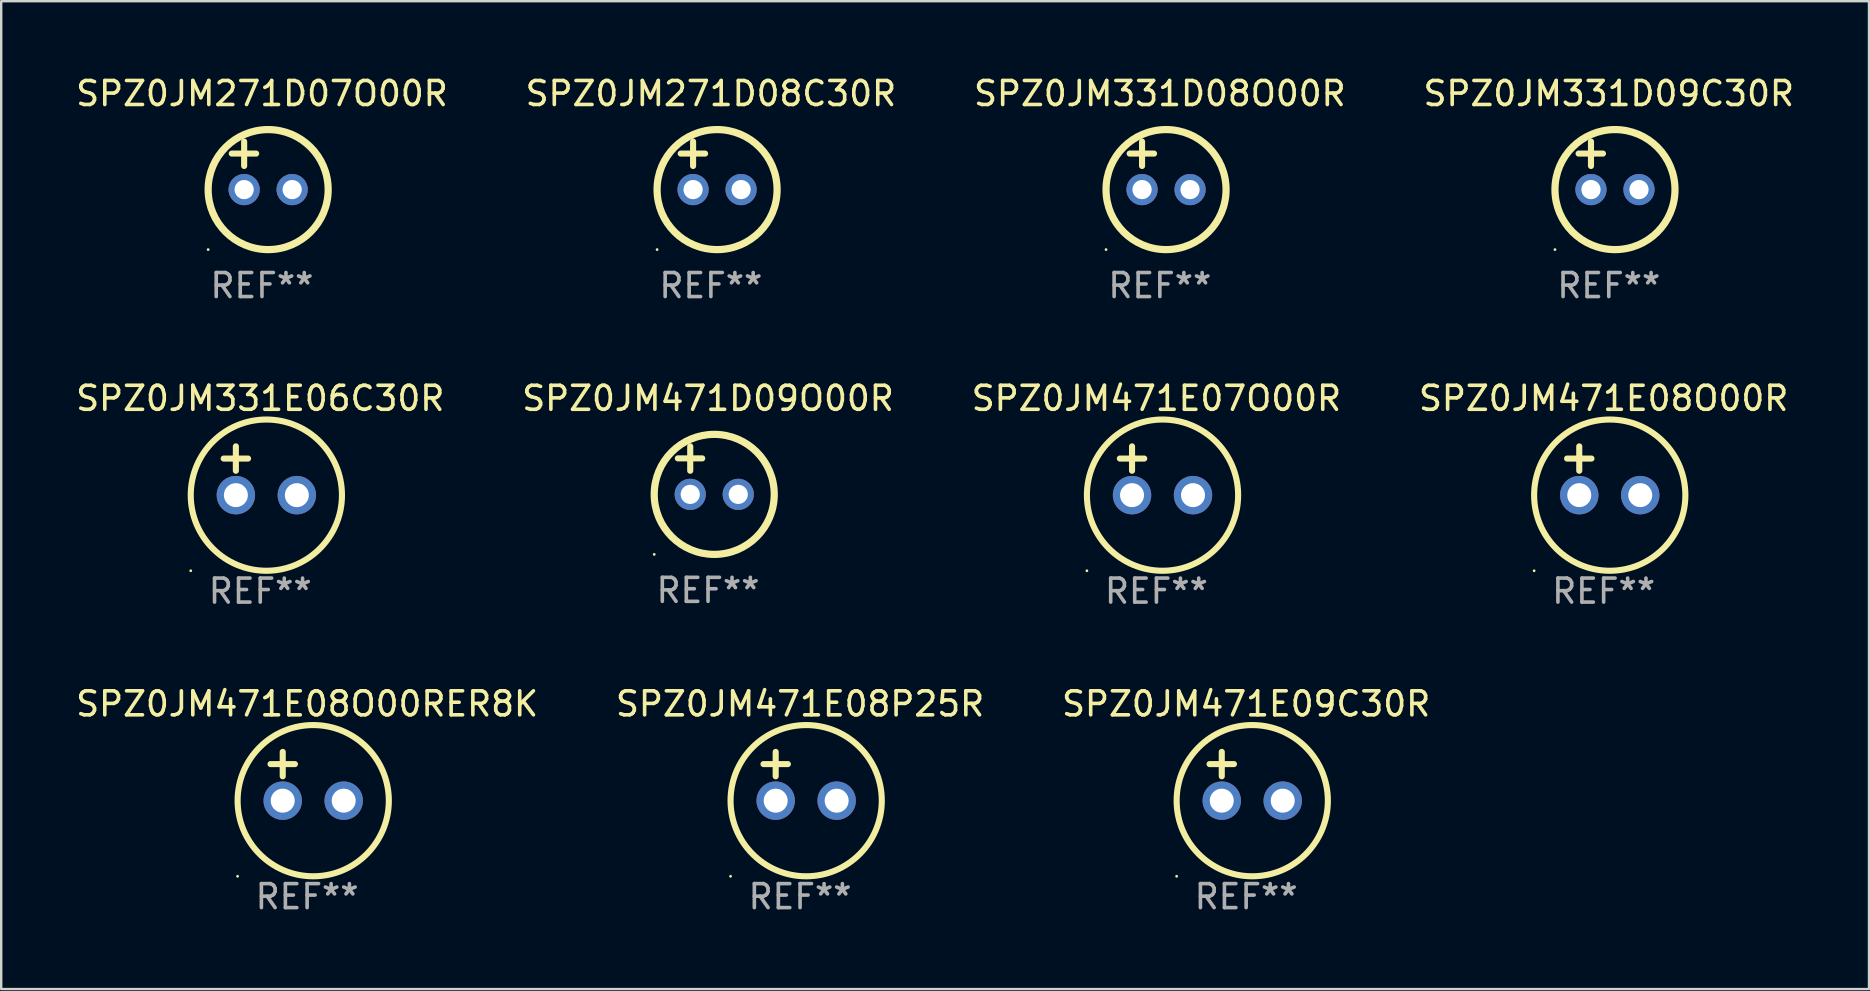
<source format=kicad_pcb>
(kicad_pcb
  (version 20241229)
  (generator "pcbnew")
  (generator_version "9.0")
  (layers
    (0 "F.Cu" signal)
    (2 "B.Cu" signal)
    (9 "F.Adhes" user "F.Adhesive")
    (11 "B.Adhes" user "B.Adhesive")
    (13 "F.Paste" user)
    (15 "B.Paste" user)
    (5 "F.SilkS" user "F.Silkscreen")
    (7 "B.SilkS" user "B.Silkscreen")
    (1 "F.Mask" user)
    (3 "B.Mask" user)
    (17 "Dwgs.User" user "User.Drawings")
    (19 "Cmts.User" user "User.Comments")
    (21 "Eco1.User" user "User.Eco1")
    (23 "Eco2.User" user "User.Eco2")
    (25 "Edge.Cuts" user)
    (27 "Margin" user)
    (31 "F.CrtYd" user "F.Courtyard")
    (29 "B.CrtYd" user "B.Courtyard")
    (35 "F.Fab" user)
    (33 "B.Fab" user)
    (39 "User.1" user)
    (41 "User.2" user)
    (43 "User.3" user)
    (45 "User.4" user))
  (footprint "SPZ0JM331D09C30R"
    (layer "F.Cu")
    (at 63.97 3.848)
    (property "Reference" "SPZ0JM331D09C30R" (at 0 -3 0) (layer "F.SilkS") (effects (font (size 1 1) (thickness 0.15))))
    (attr through_hole)
    (fp_line (start -1.258 -0.5) (end -0.242 -0.5) (stroke (width 0.254) (type solid)) (layer "F.SilkS"))
    (fp_line (start -0.742 -1) (end -0.742 0.016) (stroke (width 0.254) (type solid)) (layer "F.SilkS"))
    (fp_circle (center -2.242 3.5) (end -2.212 3.5) (stroke (width 0.06) (type solid)) (fill no) (layer "F.SilkS"))
    (fp_circle (center 0.258 1) (end 2.758 1) (stroke (width 0.3) (type solid)) (fill no) (layer "F.SilkS"))
    (fp_text user "REF**" (at 0 5 0) (layer "F.Fab") (effects (font (size 1 1) (thickness 0.15))))
    (pad "1" thru_hole circle (at -0.742 1) (size 1.3 1.3) (drill 0.8) (layers "*.Cu" "*.Mask"))
    (pad "2" thru_hole circle (at 1.258 1) (size 1.3 1.3) (drill 0.8) (layers "*.Cu" "*.Mask")))
  (footprint "SPZ0JM471E09C30R"
    (layer "F.Cu")
    (at 48.863 29.289)
    (property "Reference" "SPZ0JM471E09C30R" (at 0 -3.016 0) (layer "F.SilkS") (effects (font (size 1 1) (thickness 0.15))))
    (attr through_hole)
    (fp_line (start -1.524 -0.508) (end -0.508 -0.508) (stroke (width 0.254) (type solid)) (layer "F.SilkS"))
    (fp_line (start -1.016 -1.016) (end -1.016 0) (stroke (width 0.254) (type solid)) (layer "F.SilkS"))
    (fp_circle (center -2.896 4.166) (end -2.866 4.166) (stroke (width 0.06) (type solid)) (fill no) (layer "F.SilkS"))
    (fp_circle (center 0.254 1.016) (end 3.404 1.016) (stroke (width 0.254) (type solid)) (fill no) (layer "F.SilkS"))
    (fp_text user "REF**" (at 0 5.016 0) (layer "F.Fab") (effects (font (size 1 1) (thickness 0.15))))
    (pad "1" thru_hole circle (at -1.016 1.016) (size 1.6 1.6) (drill 1) (layers "*.Cu" "*.Mask"))
    (pad "2" thru_hole circle (at 1.524 1.016) (size 1.6 1.6) (drill 1) (layers "*.Cu" "*.Mask")))
  (footprint "SPZ0JM471D09O00R"
    (layer "F.Cu")
    (at 26.446 16.545)
    (property "Reference" "SPZ0JM471D09O00R" (at 0 -3 0) (layer "F.SilkS") (effects (font (size 1 1) (thickness 0.15))))
    (attr through_hole)
    (fp_line (start -1.258 -0.5) (end -0.242 -0.5) (stroke (width 0.254) (type solid)) (layer "F.SilkS"))
    (fp_line (start -0.742 -1) (end -0.742 0.016) (stroke (width 0.254) (type solid)) (layer "F.SilkS"))
    (fp_circle (center -2.242 3.5) (end -2.212 3.5) (stroke (width 0.06) (type solid)) (fill no) (layer "F.SilkS"))
    (fp_circle (center 0.258 1) (end 2.758 1) (stroke (width 0.3) (type solid)) (fill no) (layer "F.SilkS"))
    (fp_text user "REF**" (at 0 5 0) (layer "F.Fab") (effects (font (size 1 1) (thickness 0.15))))
    (pad "1" thru_hole circle (at -0.742 1) (size 1.3 1.3) (drill 0.8) (layers "*.Cu" "*.Mask"))
    (pad "2" thru_hole circle (at 1.258 1) (size 1.3 1.3) (drill 0.8) (layers "*.Cu" "*.Mask")))
  (footprint "SPZ0JM471E07O00R"
    (layer "F.Cu")
    (at 45.125 16.561)
    (property "Reference" "SPZ0JM471E07O00R" (at 0 -3.016 0) (layer "F.SilkS") (effects (font (size 1 1) (thickness 0.15))))
    (attr through_hole)
    (fp_line (start -1.524 -0.508) (end -0.508 -0.508) (stroke (width 0.254) (type solid)) (layer "F.SilkS"))
    (fp_line (start -1.016 -1.016) (end -1.016 0) (stroke (width 0.254) (type solid)) (layer "F.SilkS"))
    (fp_circle (center -2.896 4.166) (end -2.866 4.166) (stroke (width 0.06) (type solid)) (fill no) (layer "F.SilkS"))
    (fp_circle (center 0.254 1.016) (end 3.404 1.016) (stroke (width 0.254) (type solid)) (fill no) (layer "F.SilkS"))
    (fp_text user "REF**" (at 0 5.016 0) (layer "F.Fab") (effects (font (size 1 1) (thickness 0.15))))
    (pad "1" thru_hole circle (at -1.016 1.016) (size 1.6 1.6) (drill 1) (layers "*.Cu" "*.Mask"))
    (pad "2" thru_hole circle (at 1.524 1.016) (size 1.6 1.6) (drill 1) (layers "*.Cu" "*.Mask")))
  (footprint "SPZ0JM271D08C30R"
    (layer "F.Cu")
    (at 26.565 3.848)
    (property "Reference" "SPZ0JM271D08C30R" (at 0 -3 0) (layer "F.SilkS") (effects (font (size 1 1) (thickness 0.15))))
    (attr through_hole)
    (fp_line (start -1.258 -0.5) (end -0.242 -0.5) (stroke (width 0.254) (type solid)) (layer "F.SilkS"))
    (fp_line (start -0.742 -1) (end -0.742 0.016) (stroke (width 0.254) (type solid)) (layer "F.SilkS"))
    (fp_circle (center -2.242 3.5) (end -2.212 3.5) (stroke (width 0.06) (type solid)) (fill no) (layer "F.SilkS"))
    (fp_circle (center 0.258 1) (end 2.758 1) (stroke (width 0.3) (type solid)) (fill no) (layer "F.SilkS"))
    (fp_text user "REF**" (at 0 5 0) (layer "F.Fab") (effects (font (size 1 1) (thickness 0.15))))
    (pad "1" thru_hole circle (at -0.742 1) (size 1.3 1.3) (drill 0.8) (layers "*.Cu" "*.Mask"))
    (pad "2" thru_hole circle (at 1.258 1) (size 1.3 1.3) (drill 0.8) (layers "*.Cu" "*.Mask")))
  (footprint "SPZ0JM271D07O00R"
    (layer "F.Cu")
    (at 7.863 3.848)
    (property "Reference" "SPZ0JM271D07O00R" (at 0 -3 0) (layer "F.SilkS") (effects (font (size 1 1) (thickness 0.15))))
    (attr through_hole)
    (fp_line (start -1.258 -0.5) (end -0.242 -0.5) (stroke (width 0.254) (type solid)) (layer "F.SilkS"))
    (fp_line (start -0.742 -1) (end -0.742 0.016) (stroke (width 0.254) (type solid)) (layer "F.SilkS"))
    (fp_circle (center -2.242 3.5) (end -2.212 3.5) (stroke (width 0.06) (type solid)) (fill no) (layer "F.SilkS"))
    (fp_circle (center 0.258 1) (end 2.758 1) (stroke (width 0.3) (type solid)) (fill no) (layer "F.SilkS"))
    (fp_text user "REF**" (at 0 5 0) (layer "F.Fab") (effects (font (size 1 1) (thickness 0.15))))
    (pad "1" thru_hole circle (at -0.742 1) (size 1.3 1.3) (drill 0.8) (layers "*.Cu" "*.Mask"))
    (pad "2" thru_hole circle (at 1.258 1) (size 1.3 1.3) (drill 0.8) (layers "*.Cu" "*.Mask")))
  (footprint "SPZ0JM331D08O00R"
    (layer "F.Cu")
    (at 45.268 3.848)
    (property "Reference" "SPZ0JM331D08O00R" (at 0 -3 0) (layer "F.SilkS") (effects (font (size 1 1) (thickness 0.15))))
    (attr through_hole)
    (fp_line (start -1.258 -0.5) (end -0.242 -0.5) (stroke (width 0.254) (type solid)) (layer "F.SilkS"))
    (fp_line (start -0.742 -1) (end -0.742 0.016) (stroke (width 0.254) (type solid)) (layer "F.SilkS"))
    (fp_circle (center -2.242 3.5) (end -2.212 3.5) (stroke (width 0.06) (type solid)) (fill no) (layer "F.SilkS"))
    (fp_circle (center 0.258 1) (end 2.758 1) (stroke (width 0.3) (type solid)) (fill no) (layer "F.SilkS"))
    (fp_text user "REF**" (at 0 5 0) (layer "F.Fab") (effects (font (size 1 1) (thickness 0.15))))
    (pad "1" thru_hole circle (at -0.742 1) (size 1.3 1.3) (drill 0.8) (layers "*.Cu" "*.Mask"))
    (pad "2" thru_hole circle (at 1.258 1) (size 1.3 1.3) (drill 0.8) (layers "*.Cu" "*.Mask")))
  (footprint "SPZ0JM471E08P25R"
    (layer "F.Cu")
    (at 30.28 29.289)
    (property "Reference" "SPZ0JM471E08P25R" (at 0 -3.016 0) (layer "F.SilkS") (effects (font (size 1 1) (thickness 0.15))))
    (attr through_hole)
    (fp_line (start -1.524 -0.508) (end -0.508 -0.508) (stroke (width 0.254) (type solid)) (layer "F.SilkS"))
    (fp_line (start -1.016 -1.016) (end -1.016 0) (stroke (width 0.254) (type solid)) (layer "F.SilkS"))
    (fp_circle (center -2.896 4.166) (end -2.866 4.166) (stroke (width 0.06) (type solid)) (fill no) (layer "F.SilkS"))
    (fp_circle (center 0.254 1.016) (end 3.404 1.016) (stroke (width 0.254) (type solid)) (fill no) (layer "F.SilkS"))
    (fp_text user "REF**" (at 0 5.016 0) (layer "F.Fab") (effects (font (size 1 1) (thickness 0.15))))
    (pad "1" thru_hole circle (at -1.016 1.016) (size 1.6 1.6) (drill 1) (layers "*.Cu" "*.Mask"))
    (pad "2" thru_hole circle (at 1.524 1.016) (size 1.6 1.6) (drill 1) (layers "*.Cu" "*.Mask")))
  (footprint "SPZ0JM471E08O00R"
    (layer "F.Cu")
    (at 63.756 16.561)
    (property "Reference" "SPZ0JM471E08O00R" (at 0 -3.016 0) (layer "F.SilkS") (effects (font (size 1 1) (thickness 0.15))))
    (attr through_hole)
    (fp_line (start -1.524 -0.508) (end -0.508 -0.508) (stroke (width 0.254) (type solid)) (layer "F.SilkS"))
    (fp_line (start -1.016 -1.016) (end -1.016 0) (stroke (width 0.254) (type solid)) (layer "F.SilkS"))
    (fp_circle (center -2.896 4.166) (end -2.866 4.166) (stroke (width 0.06) (type solid)) (fill no) (layer "F.SilkS"))
    (fp_circle (center 0.254 1.016) (end 3.404 1.016) (stroke (width 0.254) (type solid)) (fill no) (layer "F.SilkS"))
    (fp_text user "REF**" (at 0 5.016 0) (layer "F.Fab") (effects (font (size 1 1) (thickness 0.15))))
    (pad "1" thru_hole circle (at -1.016 1.016) (size 1.6 1.6) (drill 1) (layers "*.Cu" "*.Mask"))
    (pad "2" thru_hole circle (at 1.524 1.016) (size 1.6 1.6) (drill 1) (layers "*.Cu" "*.Mask")))
  (footprint "SPZ0JM471E08O00RER8K"
    (layer "F.Cu")
    (at 9.744 29.289)
    (property "Reference" "SPZ0JM471E08O00RER8K" (at 0 -3.016 0) (layer "F.SilkS") (effects (font (size 1 1) (thickness 0.15))))
    (attr through_hole)
    (fp_line (start -1.524 -0.508) (end -0.508 -0.508) (stroke (width 0.254) (type solid)) (layer "F.SilkS"))
    (fp_line (start -1.016 -1.016) (end -1.016 0) (stroke (width 0.254) (type solid)) (layer "F.SilkS"))
    (fp_circle (center -2.896 4.166) (end -2.866 4.166) (stroke (width 0.06) (type solid)) (fill no) (layer "F.SilkS"))
    (fp_circle (center 0.254 1.016) (end 3.404 1.016) (stroke (width 0.254) (type solid)) (fill no) (layer "F.SilkS"))
    (fp_text user "REF**" (at 0 5.016 0) (layer "F.Fab") (effects (font (size 1 1) (thickness 0.15))))
    (pad "1" thru_hole circle (at -1.016 1.016) (size 1.6 1.6) (drill 1) (layers "*.Cu" "*.Mask"))
    (pad "2" thru_hole circle (at 1.524 1.016) (size 1.6 1.6) (drill 1) (layers "*.Cu" "*.Mask")))
  (footprint "SPZ0JM331E06C30R"
    (layer "F.Cu")
    (at 7.792 16.561)
    (property "Reference" "SPZ0JM331E06C30R" (at 0 -3.016 0) (layer "F.SilkS") (effects (font (size 1 1) (thickness 0.15))))
    (attr through_hole)
    (fp_line (start -1.524 -0.508) (end -0.508 -0.508) (stroke (width 0.254) (type solid)) (layer "F.SilkS"))
    (fp_line (start -1.016 -1.016) (end -1.016 0) (stroke (width 0.254) (type solid)) (layer "F.SilkS"))
    (fp_circle (center -2.896 4.166) (end -2.866 4.166) (stroke (width 0.06) (type solid)) (fill no) (layer "F.SilkS"))
    (fp_circle (center 0.254 1.016) (end 3.404 1.016) (stroke (width 0.254) (type solid)) (fill no) (layer "F.SilkS"))
    (fp_text user "REF**" (at 0 5.016 0) (layer "F.Fab") (effects (font (size 1 1) (thickness 0.15))))
    (pad "1" thru_hole circle (at -1.016 1.016) (size 1.6 1.6) (drill 1) (layers "*.Cu" "*.Mask"))
    (pad "2" thru_hole circle (at 1.524 1.016) (size 1.6 1.6) (drill 1) (layers "*.Cu" "*.Mask")))
  (gr_rect
    (start -3 -3)
    (end 74.81 38.154)
    (stroke (width 0.1) (type default))
    (fill no)
    (layer "Edge.Cuts")))
</source>
